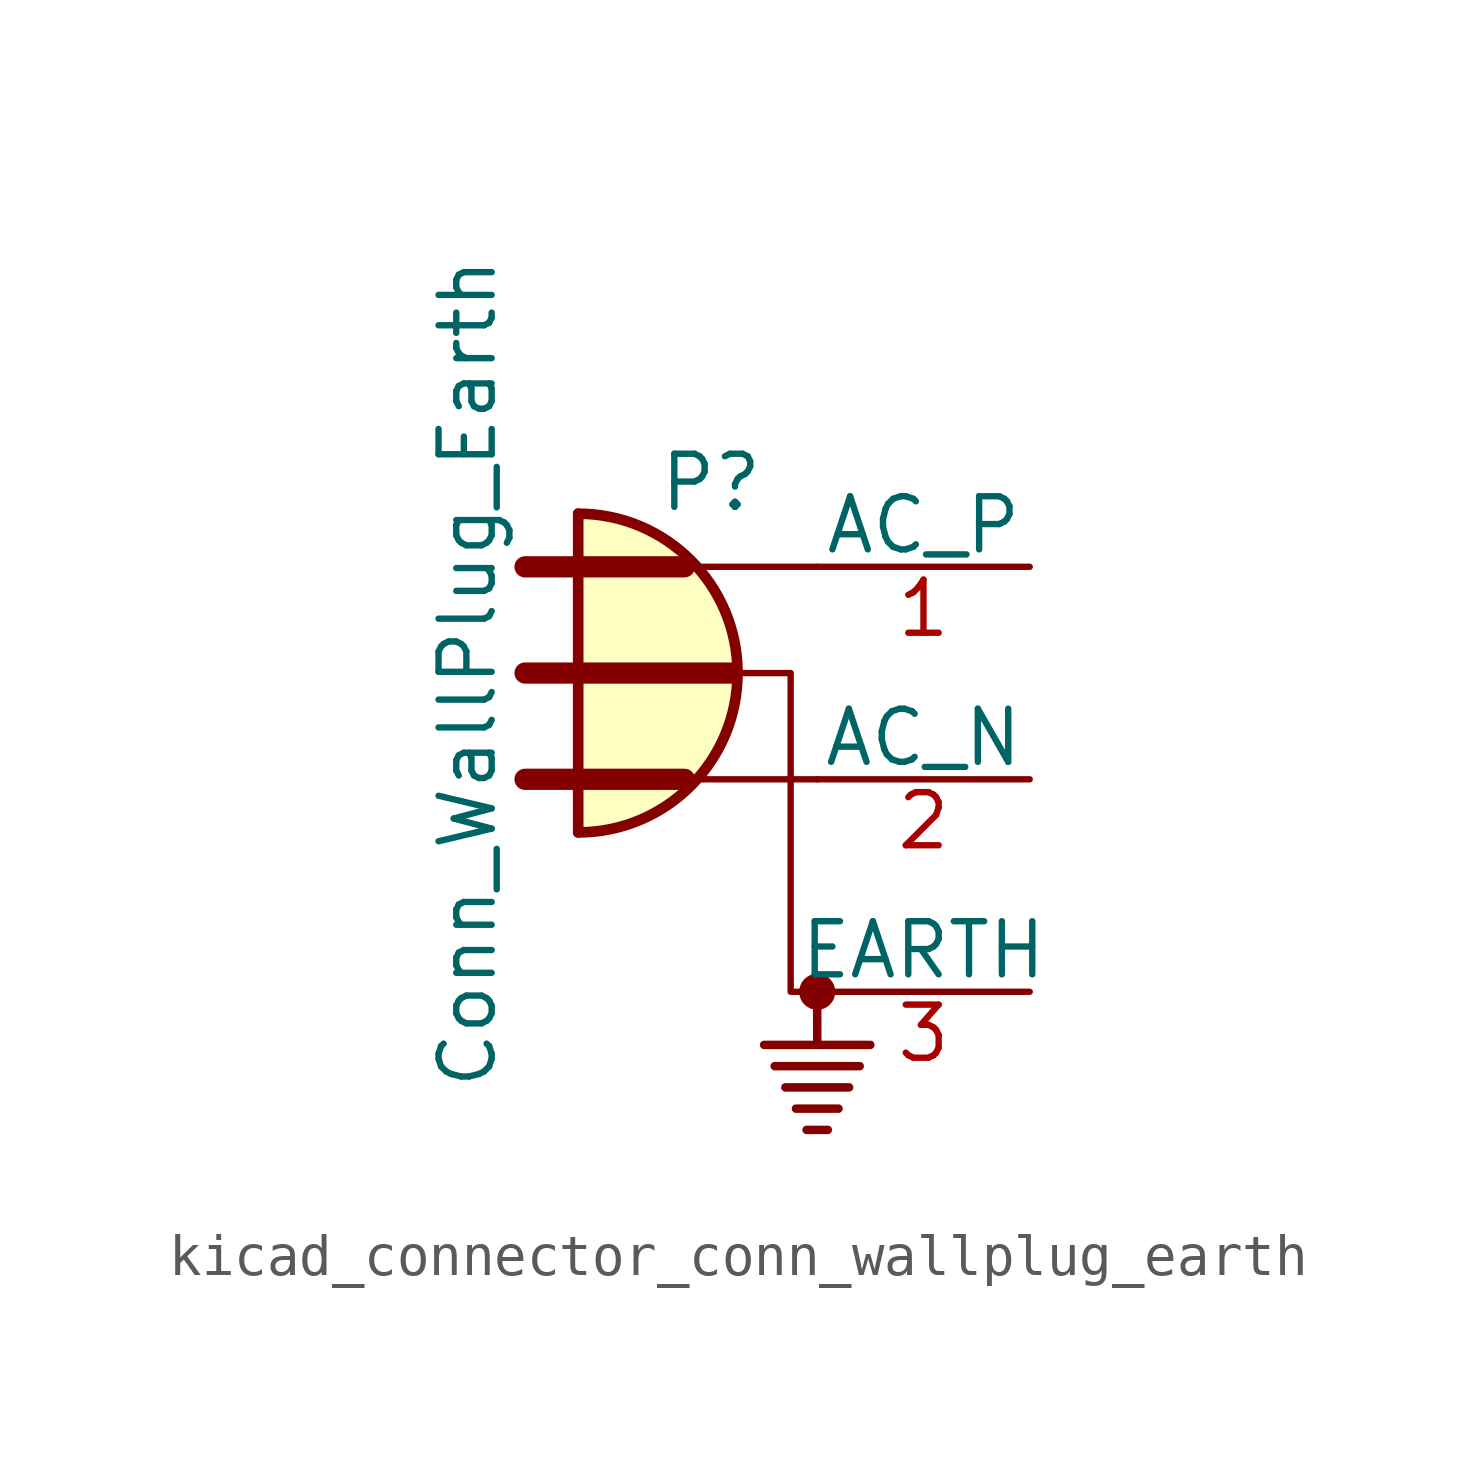
<source format=kicad_sym>
(kicad_symbol_lib
  (version 20220914)
  (generator kicad_symbol_editor)
  (symbol "kicad_connector_conn_wallplug_earth"
    (pin_names
      (offset 0))
    (property "Reference" "P"
      (at 0 3.81 0)
      (effects (font (size 1.27 1.27)) (justify bottom)))
    (property "Value" "Conn_WallPlug_Earth"
      (at -5.08 0 90)
      (effects (font (size 1.27 1.27)) (justify bottom)))
    (symbol "kicad_connector_conn_wallplug_earth_0_1"
      (arc (start -3.175 -3.81) (mid 0.6184 0) (end -3.175 3.81) (stroke (width 0.254) (type default)) (fill (type background)))
      (polyline (pts (xy -4.445 -2.54) (xy -0.635 -2.54)) (stroke (width 0.508) (type default)) (fill (type none)))
      (polyline (pts (xy -4.445 0) (xy 0.508 0)) (stroke (width 0.508) (type default)) (fill (type none)))
      (polyline (pts (xy -4.445 2.54) (xy -0.635 2.54)) (stroke (width 0.508) (type default)) (fill (type none)))
      (polyline (pts (xy -3.175 -3.81) (xy -3.175 3.81)) (stroke (width 0.254) (type default)) (fill (type none)))
      (polyline (pts (xy -0.635 -2.54) (xy 2.54 -2.54)) (stroke (width 0) (type default)) (fill (type none)))
      (polyline (pts (xy -0.635 2.54) (xy 2.54 2.54)) (stroke (width 0) (type default)) (fill (type none)))
      (polyline (pts (xy 1.524 -9.398) (xy 3.556 -9.398)) (stroke (width 0.203) (type default)) (fill (type none)))
      (polyline (pts (xy 1.778 -9.906) (xy 3.302 -9.906)) (stroke (width 0.203) (type default)) (fill (type none)))
      (polyline (pts (xy 2.032 -10.414) (xy 3.048 -10.414)) (stroke (width 0.203) (type default)) (fill (type none)))
      (polyline (pts (xy 2.286 -10.922) (xy 2.794 -10.922)) (stroke (width 0.203) (type default)) (fill (type none)))
      (polyline (pts (xy 2.54 -7.62) (xy 2.54 -8.89)) (stroke (width 0.203) (type default)) (fill (type none)))
      (polyline (pts (xy 3.81 -8.89) (xy 1.27 -8.89)) (stroke (width 0.203) (type default)) (fill (type none)))
      (polyline (pts (xy 2.54 -7.62) (xy 1.905 -7.62) (xy 1.905 0) (xy -4.445 0)) (stroke (width 0) (type default)) (fill (type none)))
      (circle (center 2.54 -7.62) (radius 0.356) (stroke (width 0) (type default)) (fill (type outline))))
    (symbol "kicad_connector_conn_wallplug_earth_1_1"
      (pin power_out line (at 7.62 2.54 180) (length 5.08) (name "AC_P" (effects (font (size 1.27 1.27)))) (number "1" (effects (font (size 1.27 1.27)))))
      (pin power_out line (at 7.62 -2.54 180) (length 5.08) (name "AC_N" (effects (font (size 1.27 1.27)))) (number "2" (effects (font (size 1.27 1.27)))))
      (pin passive line (at 7.62 -7.62 180) (length 5.08) (name "EARTH" (effects (font (size 1.27 1.27)))) (number "3" (effects (font (size 1.27 1.27))))))))
</source>
